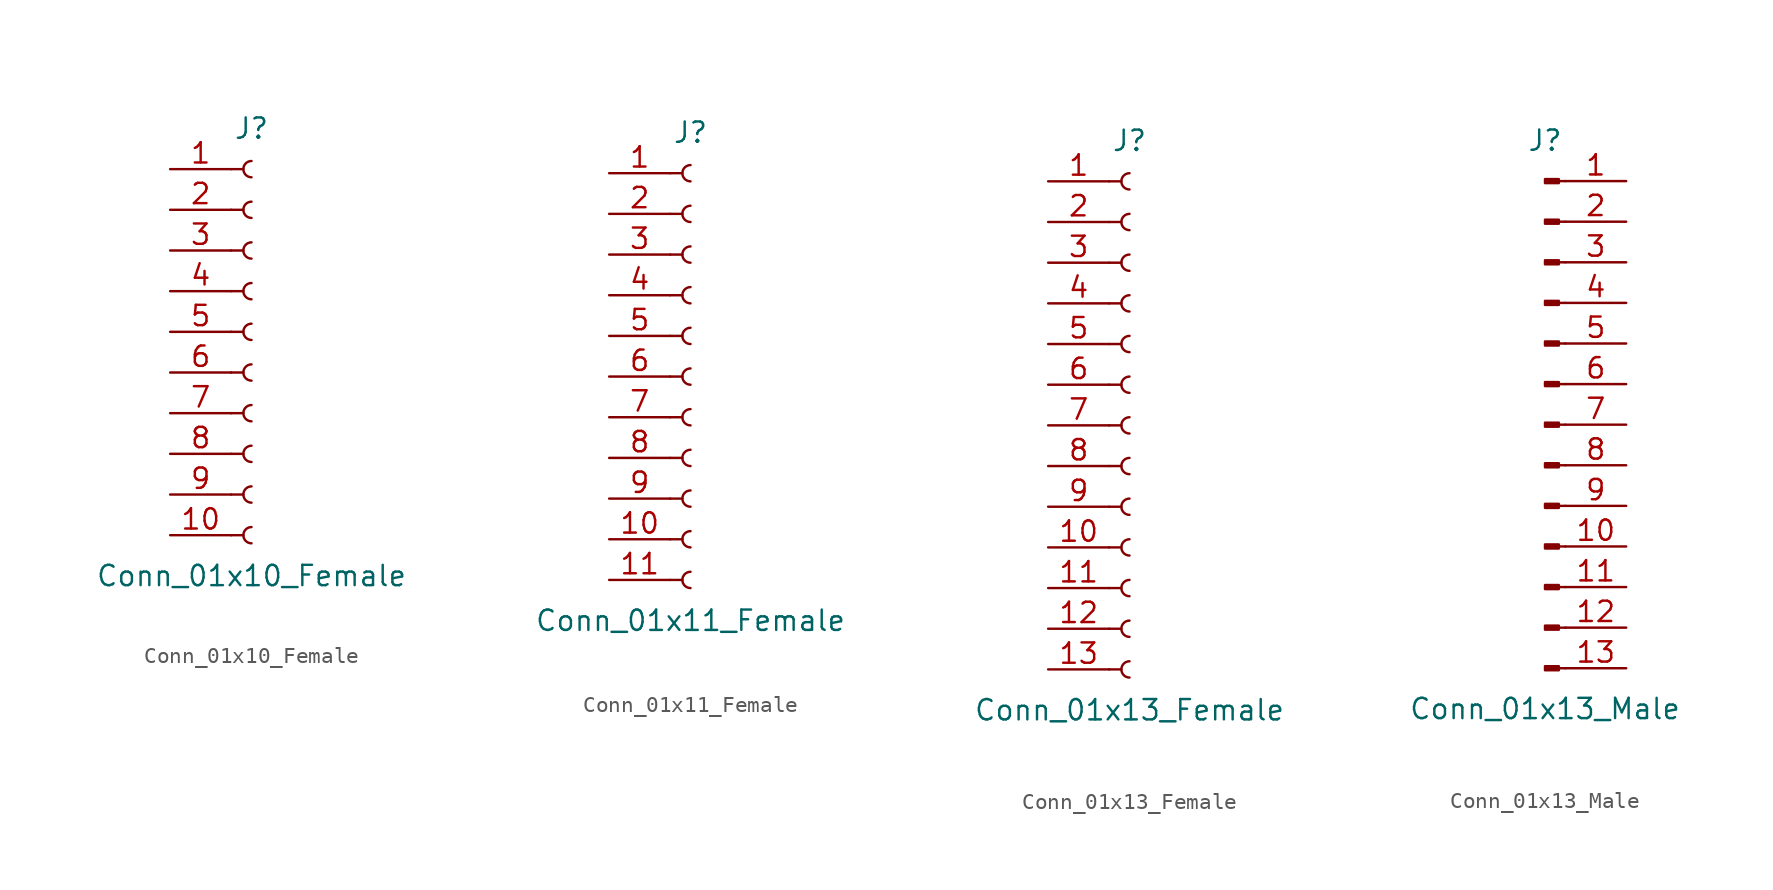
<source format=kicad_sym>
(kicad_symbol_lib
  (version 20211014)
  (generator kicad_symbol_editor)
  (symbol "Conn_01x10_Female"
    (pin_names
      (offset 1.016) hide)
    (property "Reference" "J"
      (at 0 12.7 0)
      (effects (font (size 1.27 1.27))))
    (property "Value" "Conn_01x10_Female"
      (at 0 -15.24 0)
      (effects (font (size 1.27 1.27))))
    (symbol "Conn_01x10_Female_1_1"
      (arc (start 0 -12.192) (mid -0.508 -12.7) (end 0 -13.208) (stroke (width 0.1524) (type default) (color 0 0 0 0)) (fill (type none)))
      (arc (start 0 -9.652) (mid -0.508 -10.16) (end 0 -10.668) (stroke (width 0.1524) (type default) (color 0 0 0 0)) (fill (type none)))
      (arc (start 0 -7.112) (mid -0.508 -7.62) (end 0 -8.128) (stroke (width 0.1524) (type default) (color 0 0 0 0)) (fill (type none)))
      (arc (start 0 -4.572) (mid -0.508 -5.08) (end 0 -5.588) (stroke (width 0.1524) (type default) (color 0 0 0 0)) (fill (type none)))
      (arc (start 0 -2.032) (mid -0.508 -2.54) (end 0 -3.048) (stroke (width 0.1524) (type default) (color 0 0 0 0)) (fill (type none)))
      (polyline (pts (xy -1.27 -12.7) (xy -0.508 -12.7)) (stroke (width 0.152) (type default) (color 0 0 0 0)) (fill (type none)))
      (polyline (pts (xy -1.27 -10.16) (xy -0.508 -10.16)) (stroke (width 0.152) (type default) (color 0 0 0 0)) (fill (type none)))
      (polyline (pts (xy -1.27 -7.62) (xy -0.508 -7.62)) (stroke (width 0.152) (type default) (color 0 0 0 0)) (fill (type none)))
      (polyline (pts (xy -1.27 -5.08) (xy -0.508 -5.08)) (stroke (width 0.152) (type default) (color 0 0 0 0)) (fill (type none)))
      (polyline (pts (xy -1.27 -2.54) (xy -0.508 -2.54)) (stroke (width 0.152) (type default) (color 0 0 0 0)) (fill (type none)))
      (polyline (pts (xy -1.27 0) (xy -0.508 0)) (stroke (width 0.152) (type default) (color 0 0 0 0)) (fill (type none)))
      (polyline (pts (xy -1.27 2.54) (xy -0.508 2.54)) (stroke (width 0.152) (type default) (color 0 0 0 0)) (fill (type none)))
      (polyline (pts (xy -1.27 5.08) (xy -0.508 5.08)) (stroke (width 0.152) (type default) (color 0 0 0 0)) (fill (type none)))
      (polyline (pts (xy -1.27 7.62) (xy -0.508 7.62)) (stroke (width 0.152) (type default) (color 0 0 0 0)) (fill (type none)))
      (polyline (pts (xy -1.27 10.16) (xy -0.508 10.16)) (stroke (width 0.152) (type default) (color 0 0 0 0)) (fill (type none)))
      (arc (start 0 0.508) (mid -0.508 0) (end 0 -0.508) (stroke (width 0.1524) (type default) (color 0 0 0 0)) (fill (type none)))
      (arc (start 0 3.048) (mid -0.508 2.54) (end 0 2.032) (stroke (width 0.1524) (type default) (color 0 0 0 0)) (fill (type none)))
      (arc (start 0 5.588) (mid -0.508 5.08) (end 0 4.572) (stroke (width 0.1524) (type default) (color 0 0 0 0)) (fill (type none)))
      (arc (start 0 8.128) (mid -0.508 7.62) (end 0 7.112) (stroke (width 0.1524) (type default) (color 0 0 0 0)) (fill (type none)))
      (arc (start 0 10.668) (mid -0.508 10.16) (end 0 9.652) (stroke (width 0.1524) (type default) (color 0 0 0 0)) (fill (type none)))
      (pin passive line (at -5.08 10.16 0) (length 3.81) (name "Pin_1" (effects (font (size 1.27 1.27)))) (number "1" (effects (font (size 1.27 1.27)))))
      (pin passive line (at -5.08 -12.7 0) (length 3.81) (name "Pin_10" (effects (font (size 1.27 1.27)))) (number "10" (effects (font (size 1.27 1.27)))))
      (pin passive line (at -5.08 7.62 0) (length 3.81) (name "Pin_2" (effects (font (size 1.27 1.27)))) (number "2" (effects (font (size 1.27 1.27)))))
      (pin passive line (at -5.08 5.08 0) (length 3.81) (name "Pin_3" (effects (font (size 1.27 1.27)))) (number "3" (effects (font (size 1.27 1.27)))))
      (pin passive line (at -5.08 2.54 0) (length 3.81) (name "Pin_4" (effects (font (size 1.27 1.27)))) (number "4" (effects (font (size 1.27 1.27)))))
      (pin passive line (at -5.08 0 0) (length 3.81) (name "Pin_5" (effects (font (size 1.27 1.27)))) (number "5" (effects (font (size 1.27 1.27)))))
      (pin passive line (at -5.08 -2.54 0) (length 3.81) (name "Pin_6" (effects (font (size 1.27 1.27)))) (number "6" (effects (font (size 1.27 1.27)))))
      (pin passive line (at -5.08 -5.08 0) (length 3.81) (name "Pin_7" (effects (font (size 1.27 1.27)))) (number "7" (effects (font (size 1.27 1.27)))))
      (pin passive line (at -5.08 -7.62 0) (length 3.81) (name "Pin_8" (effects (font (size 1.27 1.27)))) (number "8" (effects (font (size 1.27 1.27)))))
      (pin passive line (at -5.08 -10.16 0) (length 3.81) (name "Pin_9" (effects (font (size 1.27 1.27)))) (number "9" (effects (font (size 1.27 1.27)))))))
  (symbol "Conn_01x11_Female"
    (pin_names
      (offset 1.016) hide)
    (property "Reference" "J"
      (at 0 15.24 0)
      (effects (font (size 1.27 1.27))))
    (property "Value" "Conn_01x11_Female"
      (at 0 -15.24 0)
      (effects (font (size 1.27 1.27))))
    (symbol "Conn_01x11_Female_1_1"
      (arc (start 0 -12.192) (mid -0.508 -12.7) (end 0 -13.208) (stroke (width 0.1524) (type default) (color 0 0 0 0)) (fill (type none)))
      (arc (start 0 -9.652) (mid -0.508 -10.16) (end 0 -10.668) (stroke (width 0.1524) (type default) (color 0 0 0 0)) (fill (type none)))
      (arc (start 0 -7.112) (mid -0.508 -7.62) (end 0 -8.128) (stroke (width 0.1524) (type default) (color 0 0 0 0)) (fill (type none)))
      (arc (start 0 -4.572) (mid -0.508 -5.08) (end 0 -5.588) (stroke (width 0.1524) (type default) (color 0 0 0 0)) (fill (type none)))
      (arc (start 0 -2.032) (mid -0.508 -2.54) (end 0 -3.048) (stroke (width 0.1524) (type default) (color 0 0 0 0)) (fill (type none)))
      (polyline (pts (xy -1.27 -12.7) (xy -0.508 -12.7)) (stroke (width 0.152) (type default) (color 0 0 0 0)) (fill (type none)))
      (polyline (pts (xy -1.27 -10.16) (xy -0.508 -10.16)) (stroke (width 0.152) (type default) (color 0 0 0 0)) (fill (type none)))
      (polyline (pts (xy -1.27 -7.62) (xy -0.508 -7.62)) (stroke (width 0.152) (type default) (color 0 0 0 0)) (fill (type none)))
      (polyline (pts (xy -1.27 -5.08) (xy -0.508 -5.08)) (stroke (width 0.152) (type default) (color 0 0 0 0)) (fill (type none)))
      (polyline (pts (xy -1.27 -2.54) (xy -0.508 -2.54)) (stroke (width 0.152) (type default) (color 0 0 0 0)) (fill (type none)))
      (polyline (pts (xy -1.27 0) (xy -0.508 0)) (stroke (width 0.152) (type default) (color 0 0 0 0)) (fill (type none)))
      (polyline (pts (xy -1.27 2.54) (xy -0.508 2.54)) (stroke (width 0.152) (type default) (color 0 0 0 0)) (fill (type none)))
      (polyline (pts (xy -1.27 5.08) (xy -0.508 5.08)) (stroke (width 0.152) (type default) (color 0 0 0 0)) (fill (type none)))
      (polyline (pts (xy -1.27 7.62) (xy -0.508 7.62)) (stroke (width 0.152) (type default) (color 0 0 0 0)) (fill (type none)))
      (polyline (pts (xy -1.27 10.16) (xy -0.508 10.16)) (stroke (width 0.152) (type default) (color 0 0 0 0)) (fill (type none)))
      (polyline (pts (xy -1.27 12.7) (xy -0.508 12.7)) (stroke (width 0.152) (type default) (color 0 0 0 0)) (fill (type none)))
      (arc (start 0 0.508) (mid -0.508 0) (end 0 -0.508) (stroke (width 0.1524) (type default) (color 0 0 0 0)) (fill (type none)))
      (arc (start 0 3.048) (mid -0.508 2.54) (end 0 2.032) (stroke (width 0.1524) (type default) (color 0 0 0 0)) (fill (type none)))
      (arc (start 0 5.588) (mid -0.508 5.08) (end 0 4.572) (stroke (width 0.1524) (type default) (color 0 0 0 0)) (fill (type none)))
      (arc (start 0 8.128) (mid -0.508 7.62) (end 0 7.112) (stroke (width 0.1524) (type default) (color 0 0 0 0)) (fill (type none)))
      (arc (start 0 10.668) (mid -0.508 10.16) (end 0 9.652) (stroke (width 0.1524) (type default) (color 0 0 0 0)) (fill (type none)))
      (arc (start 0 13.208) (mid -0.508 12.7) (end 0 12.192) (stroke (width 0.1524) (type default) (color 0 0 0 0)) (fill (type none)))
      (pin passive line (at -5.08 12.7 0) (length 3.81) (name "Pin_1" (effects (font (size 1.27 1.27)))) (number "1" (effects (font (size 1.27 1.27)))))
      (pin passive line (at -5.08 -10.16 0) (length 3.81) (name "Pin_10" (effects (font (size 1.27 1.27)))) (number "10" (effects (font (size 1.27 1.27)))))
      (pin passive line (at -5.08 -12.7 0) (length 3.81) (name "Pin_11" (effects (font (size 1.27 1.27)))) (number "11" (effects (font (size 1.27 1.27)))))
      (pin passive line (at -5.08 10.16 0) (length 3.81) (name "Pin_2" (effects (font (size 1.27 1.27)))) (number "2" (effects (font (size 1.27 1.27)))))
      (pin passive line (at -5.08 7.62 0) (length 3.81) (name "Pin_3" (effects (font (size 1.27 1.27)))) (number "3" (effects (font (size 1.27 1.27)))))
      (pin passive line (at -5.08 5.08 0) (length 3.81) (name "Pin_4" (effects (font (size 1.27 1.27)))) (number "4" (effects (font (size 1.27 1.27)))))
      (pin passive line (at -5.08 2.54 0) (length 3.81) (name "Pin_5" (effects (font (size 1.27 1.27)))) (number "5" (effects (font (size 1.27 1.27)))))
      (pin passive line (at -5.08 0 0) (length 3.81) (name "Pin_6" (effects (font (size 1.27 1.27)))) (number "6" (effects (font (size 1.27 1.27)))))
      (pin passive line (at -5.08 -2.54 0) (length 3.81) (name "Pin_7" (effects (font (size 1.27 1.27)))) (number "7" (effects (font (size 1.27 1.27)))))
      (pin passive line (at -5.08 -5.08 0) (length 3.81) (name "Pin_8" (effects (font (size 1.27 1.27)))) (number "8" (effects (font (size 1.27 1.27)))))
      (pin passive line (at -5.08 -7.62 0) (length 3.81) (name "Pin_9" (effects (font (size 1.27 1.27)))) (number "9" (effects (font (size 1.27 1.27)))))))
  (symbol "Conn_01x13_Female"
    (pin_names
      (offset 1.016) hide)
    (property "Reference" "J"
      (at 0 17.78 0)
      (effects (font (size 1.27 1.27))))
    (property "Value" "Conn_01x13_Female"
      (at 0 -17.78 0)
      (effects (font (size 1.27 1.27))))
    (symbol "Conn_01x13_Female_1_1"
      (arc (start 0 -14.732) (mid -0.508 -15.24) (end 0 -15.748) (stroke (width 0.1524) (type default) (color 0 0 0 0)) (fill (type none)))
      (arc (start 0 -12.192) (mid -0.508 -12.7) (end 0 -13.208) (stroke (width 0.1524) (type default) (color 0 0 0 0)) (fill (type none)))
      (arc (start 0 -9.652) (mid -0.508 -10.16) (end 0 -10.668) (stroke (width 0.1524) (type default) (color 0 0 0 0)) (fill (type none)))
      (arc (start 0 -7.112) (mid -0.508 -7.62) (end 0 -8.128) (stroke (width 0.1524) (type default) (color 0 0 0 0)) (fill (type none)))
      (arc (start 0 -4.572) (mid -0.508 -5.08) (end 0 -5.588) (stroke (width 0.1524) (type default) (color 0 0 0 0)) (fill (type none)))
      (arc (start 0 -2.032) (mid -0.508 -2.54) (end 0 -3.048) (stroke (width 0.1524) (type default) (color 0 0 0 0)) (fill (type none)))
      (polyline (pts (xy -1.27 -15.24) (xy -0.508 -15.24)) (stroke (width 0.152) (type default) (color 0 0 0 0)) (fill (type none)))
      (polyline (pts (xy -1.27 -12.7) (xy -0.508 -12.7)) (stroke (width 0.152) (type default) (color 0 0 0 0)) (fill (type none)))
      (polyline (pts (xy -1.27 -10.16) (xy -0.508 -10.16)) (stroke (width 0.152) (type default) (color 0 0 0 0)) (fill (type none)))
      (polyline (pts (xy -1.27 -7.62) (xy -0.508 -7.62)) (stroke (width 0.152) (type default) (color 0 0 0 0)) (fill (type none)))
      (polyline (pts (xy -1.27 -5.08) (xy -0.508 -5.08)) (stroke (width 0.152) (type default) (color 0 0 0 0)) (fill (type none)))
      (polyline (pts (xy -1.27 -2.54) (xy -0.508 -2.54)) (stroke (width 0.152) (type default) (color 0 0 0 0)) (fill (type none)))
      (polyline (pts (xy -1.27 0) (xy -0.508 0)) (stroke (width 0.152) (type default) (color 0 0 0 0)) (fill (type none)))
      (polyline (pts (xy -1.27 2.54) (xy -0.508 2.54)) (stroke (width 0.152) (type default) (color 0 0 0 0)) (fill (type none)))
      (polyline (pts (xy -1.27 5.08) (xy -0.508 5.08)) (stroke (width 0.152) (type default) (color 0 0 0 0)) (fill (type none)))
      (polyline (pts (xy -1.27 7.62) (xy -0.508 7.62)) (stroke (width 0.152) (type default) (color 0 0 0 0)) (fill (type none)))
      (polyline (pts (xy -1.27 10.16) (xy -0.508 10.16)) (stroke (width 0.152) (type default) (color 0 0 0 0)) (fill (type none)))
      (polyline (pts (xy -1.27 12.7) (xy -0.508 12.7)) (stroke (width 0.152) (type default) (color 0 0 0 0)) (fill (type none)))
      (polyline (pts (xy -1.27 15.24) (xy -0.508 15.24)) (stroke (width 0.152) (type default) (color 0 0 0 0)) (fill (type none)))
      (arc (start 0 0.508) (mid -0.508 0) (end 0 -0.508) (stroke (width 0.1524) (type default) (color 0 0 0 0)) (fill (type none)))
      (arc (start 0 3.048) (mid -0.508 2.54) (end 0 2.032) (stroke (width 0.1524) (type default) (color 0 0 0 0)) (fill (type none)))
      (arc (start 0 5.588) (mid -0.508 5.08) (end 0 4.572) (stroke (width 0.1524) (type default) (color 0 0 0 0)) (fill (type none)))
      (arc (start 0 8.128) (mid -0.508 7.62) (end 0 7.112) (stroke (width 0.1524) (type default) (color 0 0 0 0)) (fill (type none)))
      (arc (start 0 10.668) (mid -0.508 10.16) (end 0 9.652) (stroke (width 0.1524) (type default) (color 0 0 0 0)) (fill (type none)))
      (arc (start 0 13.208) (mid -0.508 12.7) (end 0 12.192) (stroke (width 0.1524) (type default) (color 0 0 0 0)) (fill (type none)))
      (arc (start 0 15.748) (mid -0.508 15.24) (end 0 14.732) (stroke (width 0.1524) (type default) (color 0 0 0 0)) (fill (type none)))
      (pin passive line (at -5.08 15.24 0) (length 3.81) (name "Pin_1" (effects (font (size 1.27 1.27)))) (number "1" (effects (font (size 1.27 1.27)))))
      (pin passive line (at -5.08 -7.62 0) (length 3.81) (name "Pin_10" (effects (font (size 1.27 1.27)))) (number "10" (effects (font (size 1.27 1.27)))))
      (pin passive line (at -5.08 -10.16 0) (length 3.81) (name "Pin_11" (effects (font (size 1.27 1.27)))) (number "11" (effects (font (size 1.27 1.27)))))
      (pin passive line (at -5.08 -12.7 0) (length 3.81) (name "Pin_12" (effects (font (size 1.27 1.27)))) (number "12" (effects (font (size 1.27 1.27)))))
      (pin passive line (at -5.08 -15.24 0) (length 3.81) (name "Pin_13" (effects (font (size 1.27 1.27)))) (number "13" (effects (font (size 1.27 1.27)))))
      (pin passive line (at -5.08 12.7 0) (length 3.81) (name "Pin_2" (effects (font (size 1.27 1.27)))) (number "2" (effects (font (size 1.27 1.27)))))
      (pin passive line (at -5.08 10.16 0) (length 3.81) (name "Pin_3" (effects (font (size 1.27 1.27)))) (number "3" (effects (font (size 1.27 1.27)))))
      (pin passive line (at -5.08 7.62 0) (length 3.81) (name "Pin_4" (effects (font (size 1.27 1.27)))) (number "4" (effects (font (size 1.27 1.27)))))
      (pin passive line (at -5.08 5.08 0) (length 3.81) (name "Pin_5" (effects (font (size 1.27 1.27)))) (number "5" (effects (font (size 1.27 1.27)))))
      (pin passive line (at -5.08 2.54 0) (length 3.81) (name "Pin_6" (effects (font (size 1.27 1.27)))) (number "6" (effects (font (size 1.27 1.27)))))
      (pin passive line (at -5.08 0 0) (length 3.81) (name "Pin_7" (effects (font (size 1.27 1.27)))) (number "7" (effects (font (size 1.27 1.27)))))
      (pin passive line (at -5.08 -2.54 0) (length 3.81) (name "Pin_8" (effects (font (size 1.27 1.27)))) (number "8" (effects (font (size 1.27 1.27)))))
      (pin passive line (at -5.08 -5.08 0) (length 3.81) (name "Pin_9" (effects (font (size 1.27 1.27)))) (number "9" (effects (font (size 1.27 1.27)))))))
  (symbol "Conn_01x13_Male"
    (pin_names
      (offset 1.016) hide)
    (property "Reference" "J"
      (at 0 17.78 0)
      (effects (font (size 1.27 1.27))))
    (property "Value" "Conn_01x13_Male"
      (at 0 -17.78 0)
      (effects (font (size 1.27 1.27))))
    (symbol "Conn_01x13_Male_1_1"
      (polyline (pts (xy 1.27 -15.24) (xy 0.864 -15.24)) (stroke (width 0.152) (type default) (color 0 0 0 0)) (fill (type none)))
      (polyline (pts (xy 1.27 -12.7) (xy 0.864 -12.7)) (stroke (width 0.152) (type default) (color 0 0 0 0)) (fill (type none)))
      (polyline (pts (xy 1.27 -10.16) (xy 0.864 -10.16)) (stroke (width 0.152) (type default) (color 0 0 0 0)) (fill (type none)))
      (polyline (pts (xy 1.27 -7.62) (xy 0.864 -7.62)) (stroke (width 0.152) (type default) (color 0 0 0 0)) (fill (type none)))
      (polyline (pts (xy 1.27 -5.08) (xy 0.864 -5.08)) (stroke (width 0.152) (type default) (color 0 0 0 0)) (fill (type none)))
      (polyline (pts (xy 1.27 -2.54) (xy 0.864 -2.54)) (stroke (width 0.152) (type default) (color 0 0 0 0)) (fill (type none)))
      (polyline (pts (xy 1.27 0) (xy 0.864 0)) (stroke (width 0.152) (type default) (color 0 0 0 0)) (fill (type none)))
      (polyline (pts (xy 1.27 2.54) (xy 0.864 2.54)) (stroke (width 0.152) (type default) (color 0 0 0 0)) (fill (type none)))
      (polyline (pts (xy 1.27 5.08) (xy 0.864 5.08)) (stroke (width 0.152) (type default) (color 0 0 0 0)) (fill (type none)))
      (polyline (pts (xy 1.27 7.62) (xy 0.864 7.62)) (stroke (width 0.152) (type default) (color 0 0 0 0)) (fill (type none)))
      (polyline (pts (xy 1.27 10.16) (xy 0.864 10.16)) (stroke (width 0.152) (type default) (color 0 0 0 0)) (fill (type none)))
      (polyline (pts (xy 1.27 12.7) (xy 0.864 12.7)) (stroke (width 0.152) (type default) (color 0 0 0 0)) (fill (type none)))
      (polyline (pts (xy 1.27 15.24) (xy 0.864 15.24)) (stroke (width 0.152) (type default) (color 0 0 0 0)) (fill (type none)))
      (rectangle (start 0.864 -15.113) (end 0 -15.367) (stroke (width 0.152) (type default) (color 0 0 0 0)) (fill (type outline)))
      (rectangle (start 0.864 -12.573) (end 0 -12.827) (stroke (width 0.152) (type default) (color 0 0 0 0)) (fill (type outline)))
      (rectangle (start 0.864 -10.033) (end 0 -10.287) (stroke (width 0.152) (type default) (color 0 0 0 0)) (fill (type outline)))
      (rectangle (start 0.864 -7.493) (end 0 -7.747) (stroke (width 0.152) (type default) (color 0 0 0 0)) (fill (type outline)))
      (rectangle (start 0.864 -4.953) (end 0 -5.207) (stroke (width 0.152) (type default) (color 0 0 0 0)) (fill (type outline)))
      (rectangle (start 0.864 -2.413) (end 0 -2.667) (stroke (width 0.152) (type default) (color 0 0 0 0)) (fill (type outline)))
      (rectangle (start 0.864 0.127) (end 0 -0.127) (stroke (width 0.152) (type default) (color 0 0 0 0)) (fill (type outline)))
      (rectangle (start 0.864 2.667) (end 0 2.413) (stroke (width 0.152) (type default) (color 0 0 0 0)) (fill (type outline)))
      (rectangle (start 0.864 5.207) (end 0 4.953) (stroke (width 0.152) (type default) (color 0 0 0 0)) (fill (type outline)))
      (rectangle (start 0.864 7.747) (end 0 7.493) (stroke (width 0.152) (type default) (color 0 0 0 0)) (fill (type outline)))
      (rectangle (start 0.864 10.287) (end 0 10.033) (stroke (width 0.152) (type default) (color 0 0 0 0)) (fill (type outline)))
      (rectangle (start 0.864 12.827) (end 0 12.573) (stroke (width 0.152) (type default) (color 0 0 0 0)) (fill (type outline)))
      (rectangle (start 0.864 15.367) (end 0 15.113) (stroke (width 0.152) (type default) (color 0 0 0 0)) (fill (type outline)))
      (pin passive line (at 5.08 15.24 180) (length 3.81) (name "Pin_1" (effects (font (size 1.27 1.27)))) (number "1" (effects (font (size 1.27 1.27)))))
      (pin passive line (at 5.08 -7.62 180) (length 3.81) (name "Pin_10" (effects (font (size 1.27 1.27)))) (number "10" (effects (font (size 1.27 1.27)))))
      (pin passive line (at 5.08 -10.16 180) (length 3.81) (name "Pin_11" (effects (font (size 1.27 1.27)))) (number "11" (effects (font (size 1.27 1.27)))))
      (pin passive line (at 5.08 -12.7 180) (length 3.81) (name "Pin_12" (effects (font (size 1.27 1.27)))) (number "12" (effects (font (size 1.27 1.27)))))
      (pin passive line (at 5.08 -15.24 180) (length 3.81) (name "Pin_13" (effects (font (size 1.27 1.27)))) (number "13" (effects (font (size 1.27 1.27)))))
      (pin passive line (at 5.08 12.7 180) (length 3.81) (name "Pin_2" (effects (font (size 1.27 1.27)))) (number "2" (effects (font (size 1.27 1.27)))))
      (pin passive line (at 5.08 10.16 180) (length 3.81) (name "Pin_3" (effects (font (size 1.27 1.27)))) (number "3" (effects (font (size 1.27 1.27)))))
      (pin passive line (at 5.08 7.62 180) (length 3.81) (name "Pin_4" (effects (font (size 1.27 1.27)))) (number "4" (effects (font (size 1.27 1.27)))))
      (pin passive line (at 5.08 5.08 180) (length 3.81) (name "Pin_5" (effects (font (size 1.27 1.27)))) (number "5" (effects (font (size 1.27 1.27)))))
      (pin passive line (at 5.08 2.54 180) (length 3.81) (name "Pin_6" (effects (font (size 1.27 1.27)))) (number "6" (effects (font (size 1.27 1.27)))))
      (pin passive line (at 5.08 0 180) (length 3.81) (name "Pin_7" (effects (font (size 1.27 1.27)))) (number "7" (effects (font (size 1.27 1.27)))))
      (pin passive line (at 5.08 -2.54 180) (length 3.81) (name "Pin_8" (effects (font (size 1.27 1.27)))) (number "8" (effects (font (size 1.27 1.27)))))
      (pin passive line (at 5.08 -5.08 180) (length 3.81) (name "Pin_9" (effects (font (size 1.27 1.27)))) (number "9" (effects (font (size 1.27 1.27))))))))
</source>
